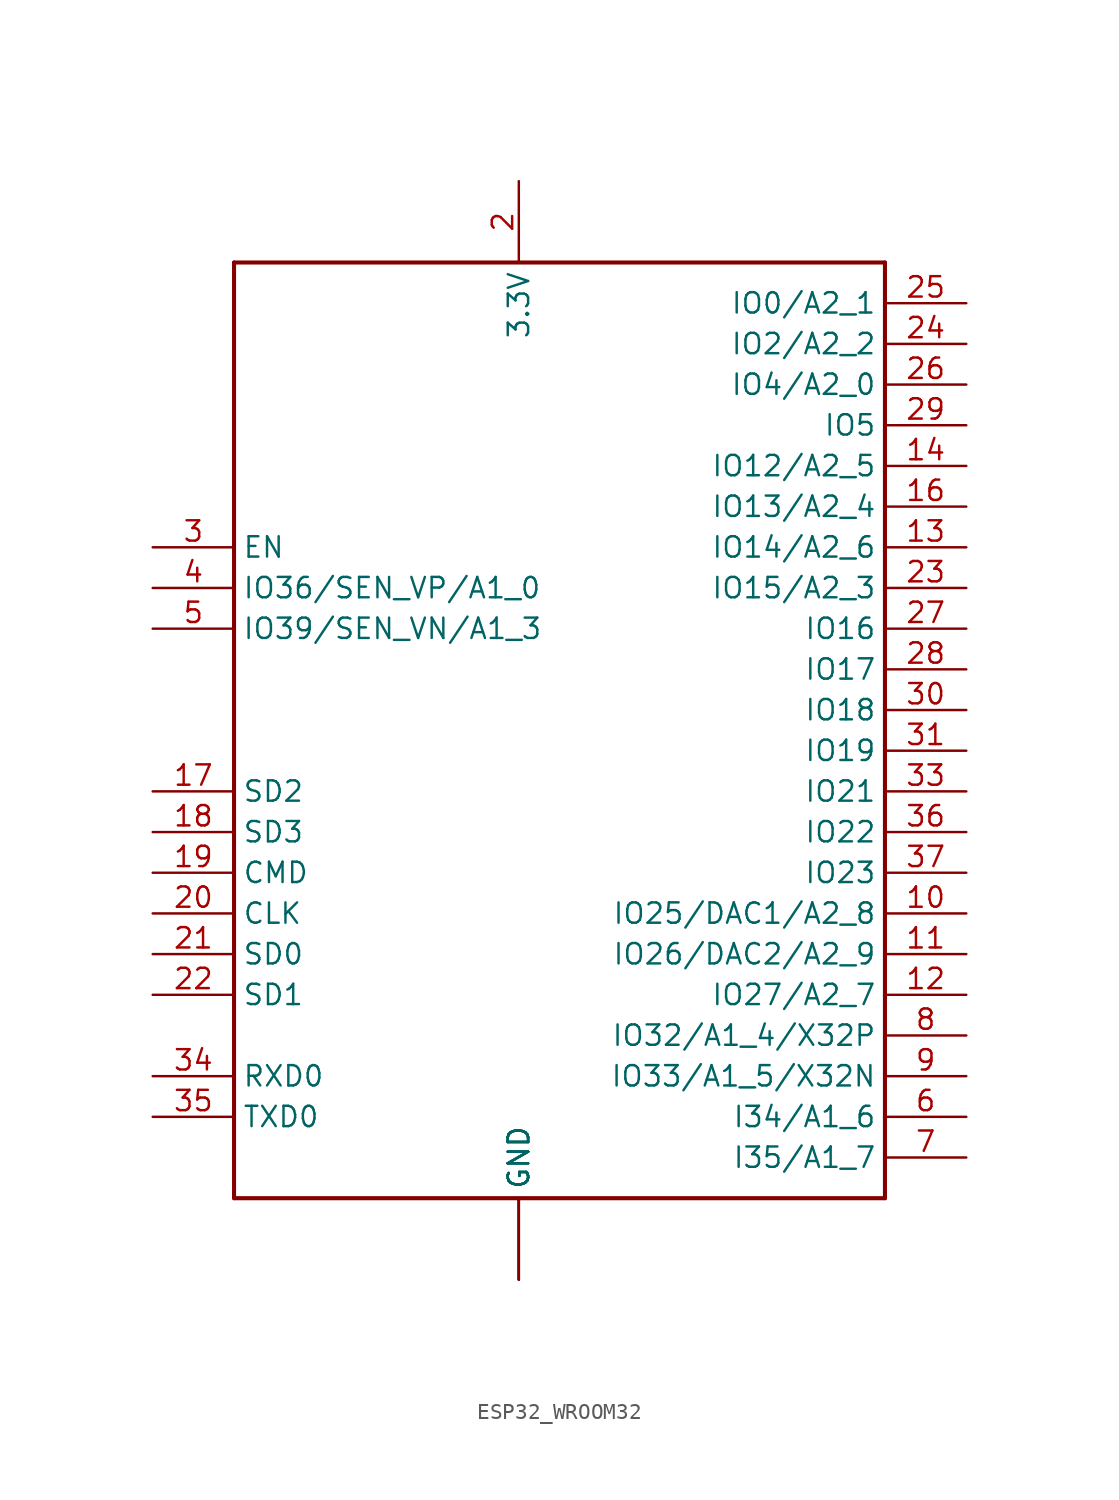
<source format=kicad_sym>
(kicad_symbol_lib
  (version 20211014)
  (generator kicad_symbol_editor)
  (symbol "ESP32_WROOM32"
    (property "Reference" "X"
      (at 0 0 0)
      (effects (font (size 1.27 1.27)) hide))
    (property "ki_locked" ""
      (at 0 0 0)
      (effects (font (size 1.27 1.27))))
    (symbol "ESP32_WROOM32_1_0"
      (polyline (pts (xy -17.78 -22.86) (xy -17.78 35.56)) (stroke (width 0.254) (type default) (color 0 0 0 0)) (fill (type none)))
      (polyline (pts (xy -17.78 35.56) (xy 22.86 35.56)) (stroke (width 0.254) (type default) (color 0 0 0 0)) (fill (type none)))
      (polyline (pts (xy 22.86 -22.86) (xy -17.78 -22.86)) (stroke (width 0.254) (type default) (color 0 0 0 0)) (fill (type none)))
      (polyline (pts (xy 22.86 35.56) (xy 22.86 -22.86)) (stroke (width 0.254) (type default) (color 0 0 0 0)) (fill (type none)))
      (pin passive line (at 0 -27.94 90) (length 5.08) (name "GND" (effects (font (size 1.27 1.27)))) (number "1" (effects (font (size 0 0)))))
      (pin bidirectional line (at 27.94 -5.08 180) (length 5.08) (name "IO25/DAC1/A2_8" (effects (font (size 1.27 1.27)))) (number "10" (effects (font (size 1.27 1.27)))))
      (pin bidirectional line (at 27.94 -7.62 180) (length 5.08) (name "IO26/DAC2/A2_9" (effects (font (size 1.27 1.27)))) (number "11" (effects (font (size 1.27 1.27)))))
      (pin bidirectional line (at 27.94 -10.16 180) (length 5.08) (name "IO27/A2_7" (effects (font (size 1.27 1.27)))) (number "12" (effects (font (size 1.27 1.27)))))
      (pin bidirectional line (at 27.94 17.78 180) (length 5.08) (name "IO14/A2_6" (effects (font (size 1.27 1.27)))) (number "13" (effects (font (size 1.27 1.27)))))
      (pin bidirectional line (at 27.94 22.86 180) (length 5.08) (name "IO12/A2_5" (effects (font (size 1.27 1.27)))) (number "14" (effects (font (size 1.27 1.27)))))
      (pin passive line (at 0 -27.94 90) (length 5.08) (name "GND" (effects (font (size 1.27 1.27)))) (number "15" (effects (font (size 0 0)))))
      (pin bidirectional line (at 27.94 20.32 180) (length 5.08) (name "IO13/A2_4" (effects (font (size 1.27 1.27)))) (number "16" (effects (font (size 1.27 1.27)))))
      (pin bidirectional line (at -22.86 2.54 0) (length 5.08) (name "SD2" (effects (font (size 1.27 1.27)))) (number "17" (effects (font (size 1.27 1.27)))))
      (pin bidirectional line (at -22.86 0 0) (length 5.08) (name "SD3" (effects (font (size 1.27 1.27)))) (number "18" (effects (font (size 1.27 1.27)))))
      (pin bidirectional line (at -22.86 -2.54 0) (length 5.08) (name "CMD" (effects (font (size 1.27 1.27)))) (number "19" (effects (font (size 1.27 1.27)))))
      (pin passive line (at 0 40.64 270) (length 5.08) (name "3.3V" (effects (font (size 1.27 1.27)))) (number "2" (effects (font (size 1.27 1.27)))))
      (pin bidirectional line (at -22.86 -5.08 0) (length 5.08) (name "CLK" (effects (font (size 1.27 1.27)))) (number "20" (effects (font (size 1.27 1.27)))))
      (pin bidirectional line (at -22.86 -7.62 0) (length 5.08) (name "SD0" (effects (font (size 1.27 1.27)))) (number "21" (effects (font (size 1.27 1.27)))))
      (pin bidirectional line (at -22.86 -10.16 0) (length 5.08) (name "SD1" (effects (font (size 1.27 1.27)))) (number "22" (effects (font (size 1.27 1.27)))))
      (pin bidirectional line (at 27.94 15.24 180) (length 5.08) (name "IO15/A2_3" (effects (font (size 1.27 1.27)))) (number "23" (effects (font (size 1.27 1.27)))))
      (pin bidirectional line (at 27.94 30.48 180) (length 5.08) (name "IO2/A2_2" (effects (font (size 1.27 1.27)))) (number "24" (effects (font (size 1.27 1.27)))))
      (pin bidirectional line (at 27.94 33.02 180) (length 5.08) (name "IO0/A2_1" (effects (font (size 1.27 1.27)))) (number "25" (effects (font (size 1.27 1.27)))))
      (pin bidirectional line (at 27.94 27.94 180) (length 5.08) (name "IO4/A2_0" (effects (font (size 1.27 1.27)))) (number "26" (effects (font (size 1.27 1.27)))))
      (pin bidirectional line (at 27.94 12.7 180) (length 5.08) (name "IO16" (effects (font (size 1.27 1.27)))) (number "27" (effects (font (size 1.27 1.27)))))
      (pin bidirectional line (at 27.94 10.16 180) (length 5.08) (name "IO17" (effects (font (size 1.27 1.27)))) (number "28" (effects (font (size 1.27 1.27)))))
      (pin bidirectional line (at 27.94 25.4 180) (length 5.08) (name "IO5" (effects (font (size 1.27 1.27)))) (number "29" (effects (font (size 1.27 1.27)))))
      (pin input line (at -22.86 17.78 0) (length 5.08) (name "EN" (effects (font (size 1.27 1.27)))) (number "3" (effects (font (size 1.27 1.27)))))
      (pin bidirectional line (at 27.94 7.62 180) (length 5.08) (name "IO18" (effects (font (size 1.27 1.27)))) (number "30" (effects (font (size 1.27 1.27)))))
      (pin bidirectional line (at 27.94 5.08 180) (length 5.08) (name "IO19" (effects (font (size 1.27 1.27)))) (number "31" (effects (font (size 1.27 1.27)))))
      (pin bidirectional line (at 27.94 2.54 180) (length 5.08) (name "IO21" (effects (font (size 1.27 1.27)))) (number "33" (effects (font (size 1.27 1.27)))))
      (pin input line (at -22.86 -15.24 0) (length 5.08) (name "RXD0" (effects (font (size 1.27 1.27)))) (number "34" (effects (font (size 1.27 1.27)))))
      (pin output line (at -22.86 -17.78 0) (length 5.08) (name "TXD0" (effects (font (size 1.27 1.27)))) (number "35" (effects (font (size 1.27 1.27)))))
      (pin bidirectional line (at 27.94 0 180) (length 5.08) (name "IO22" (effects (font (size 1.27 1.27)))) (number "36" (effects (font (size 1.27 1.27)))))
      (pin bidirectional line (at 27.94 -2.54 180) (length 5.08) (name "IO23" (effects (font (size 1.27 1.27)))) (number "37" (effects (font (size 1.27 1.27)))))
      (pin passive line (at 0 -27.94 90) (length 5.08) (name "GND" (effects (font (size 1.27 1.27)))) (number "38" (effects (font (size 0 0)))))
      (pin passive line (at -22.86 15.24 0) (length 5.08) (name "IO36/SEN_VP/A1_0" (effects (font (size 1.27 1.27)))) (number "4" (effects (font (size 1.27 1.27)))))
      (pin passive line (at -22.86 12.7 0) (length 5.08) (name "IO39/SEN_VN/A1_3" (effects (font (size 1.27 1.27)))) (number "5" (effects (font (size 1.27 1.27)))))
      (pin bidirectional line (at 27.94 -17.78 180) (length 5.08) (name "I34/A1_6" (effects (font (size 1.27 1.27)))) (number "6" (effects (font (size 1.27 1.27)))))
      (pin bidirectional line (at 27.94 -20.32 180) (length 5.08) (name "I35/A1_7" (effects (font (size 1.27 1.27)))) (number "7" (effects (font (size 1.27 1.27)))))
      (pin bidirectional line (at 27.94 -12.7 180) (length 5.08) (name "IO32/A1_4/X32P" (effects (font (size 1.27 1.27)))) (number "8" (effects (font (size 1.27 1.27)))))
      (pin bidirectional line (at 27.94 -15.24 180) (length 5.08) (name "IO33/A1_5/X32N" (effects (font (size 1.27 1.27)))) (number "9" (effects (font (size 1.27 1.27)))))
      (pin passive line (at 0 -27.94 90) (length 5.08) (name "GND" (effects (font (size 1.27 1.27)))) (number "P$1" (effects (font (size 0 0))))))))
</source>
